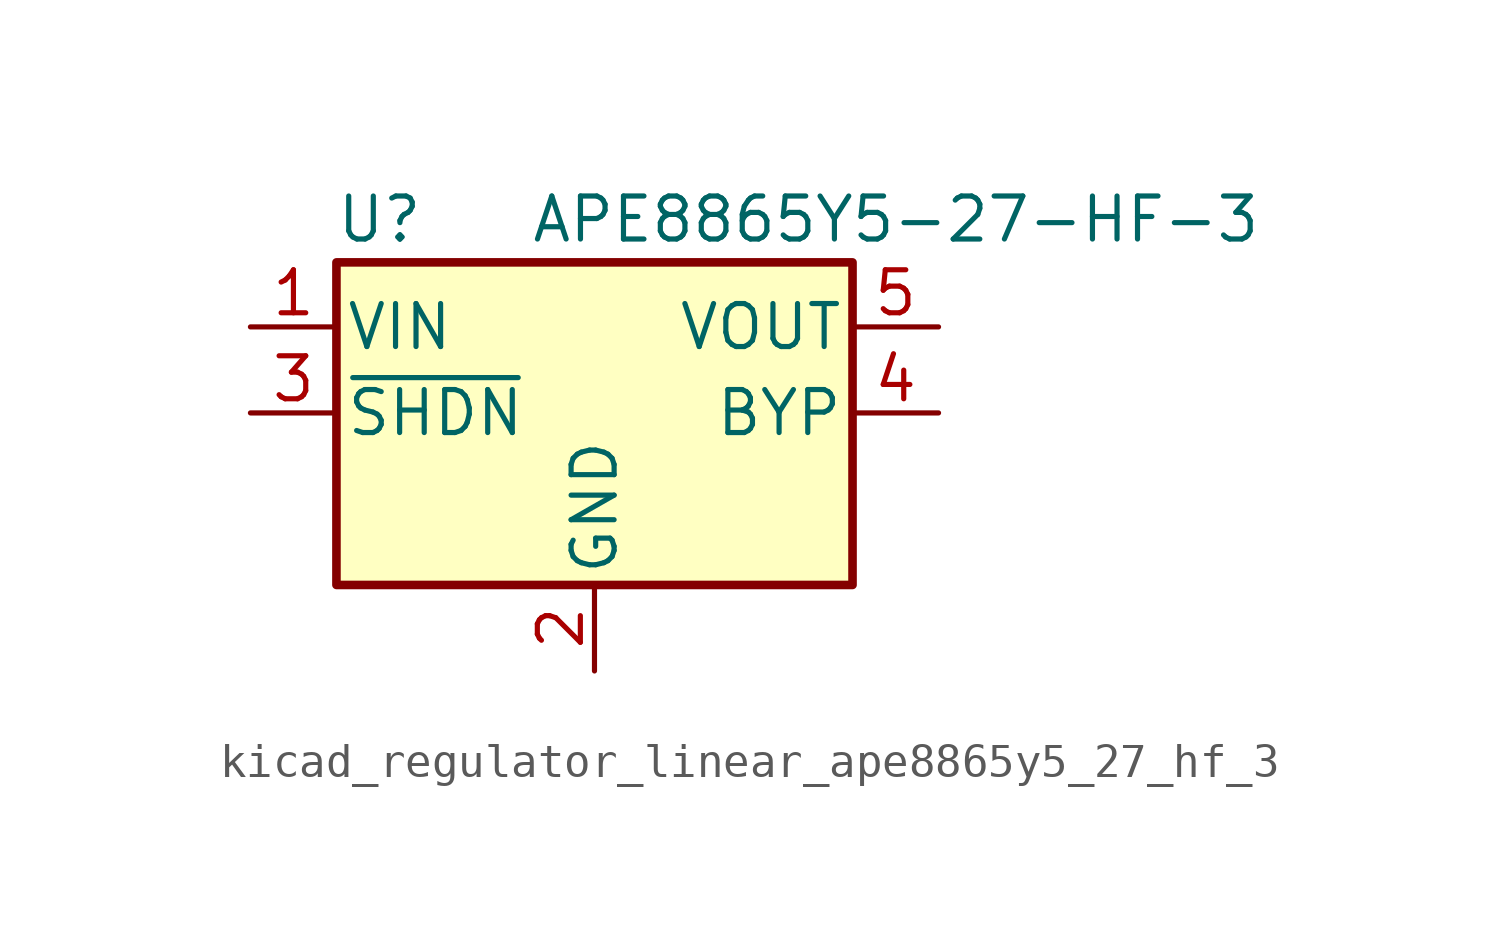
<source format=kicad_sym>
(kicad_symbol_lib
  (version 20220914)
  (generator kicad_symbol_editor)
  (symbol "kicad_regulator_linear_ape8865y5_27_hf_3"
    (pin_names
      (offset 0.254))
    (property "Reference" "U"
      (at -6.35 5.715 0)
      (effects (font (size 1.27 1.27))))
    (property "Value" "APE8865Y5-27-HF-3"
      (at -1.905 5.715 0)
      (effects (font (size 1.27 1.27)) (justify left)))
    (symbol "kicad_regulator_linear_ape8865y5_27_hf_3_0_1"
      (rectangle (start -7.62 4.445) (end 7.62 -5.08) (stroke (width 0.254) (type default)) (fill (type background))))
    (symbol "kicad_regulator_linear_ape8865y5_27_hf_3_1_1"
      (pin power_in line (at -10.16 2.54 0) (length 2.54) (name "VIN" (effects (font (size 1.27 1.27)))) (number "1" (effects (font (size 1.27 1.27)))))
      (pin power_in line (at 0 -7.62 90) (length 2.54) (name "GND" (effects (font (size 1.27 1.27)))) (number "2" (effects (font (size 1.27 1.27)))))
      (pin input line (at -10.16 0 0) (length 2.54) (name "~{SHDN}" (effects (font (size 1.27 1.27)))) (number "3" (effects (font (size 1.27 1.27)))))
      (pin input line (at 10.16 0 180) (length 2.54) (name "BYP" (effects (font (size 1.27 1.27)))) (number "4" (effects (font (size 1.27 1.27)))))
      (pin power_out line (at 10.16 2.54 180) (length 2.54) (name "VOUT" (effects (font (size 1.27 1.27)))) (number "5" (effects (font (size 1.27 1.27))))))))
</source>
